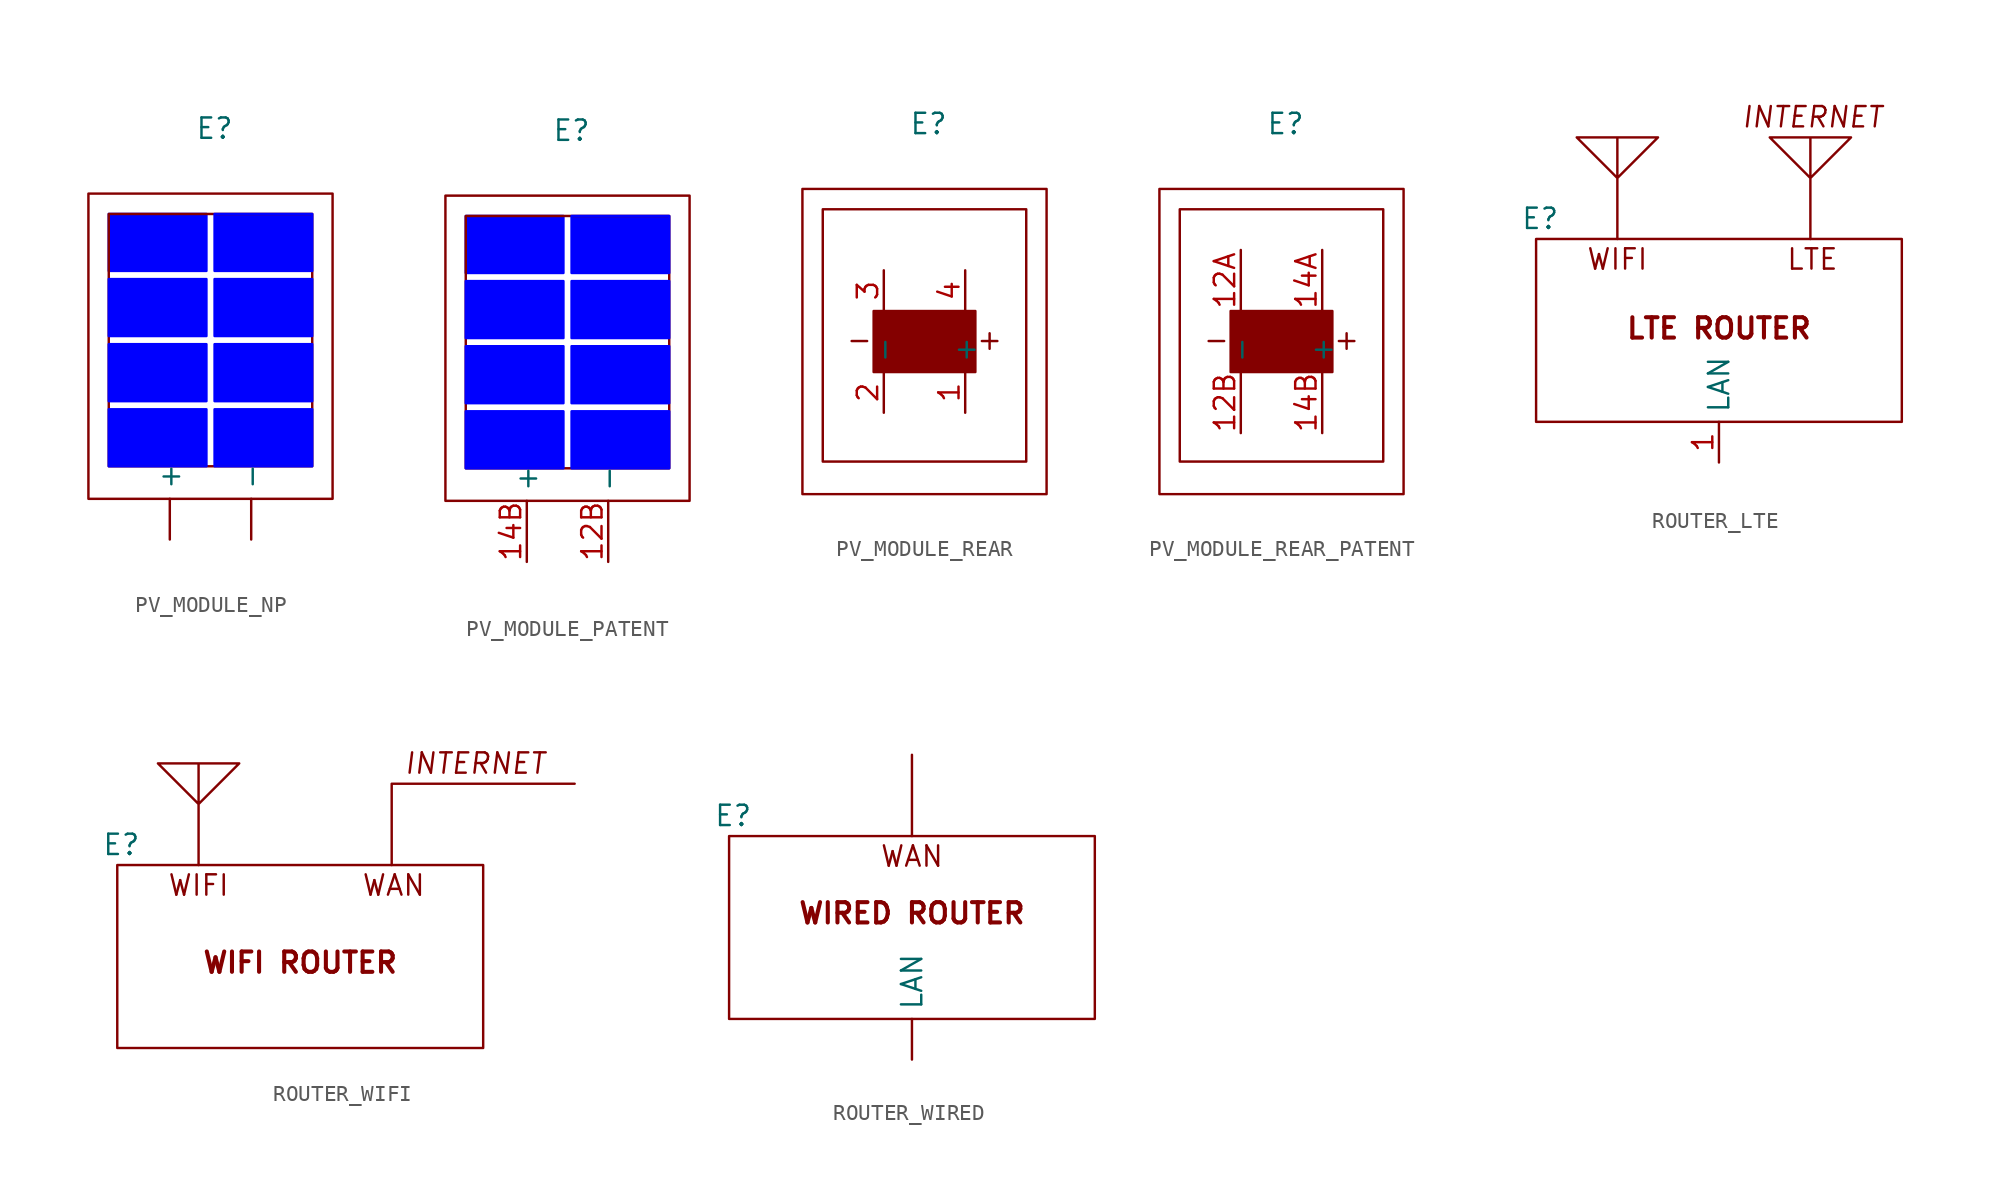
<source format=kicad_sym>
(kicad_symbol_lib
  (version 20231120)
  (generator "kicad_symbol_editor")
  (generator_version "8.0")
  (symbol "PV_MODULE_NP"
    (property "Reference" "E"
      (at 0.254 9.144 0)
      (effects (font (size 1.27 1.27))))
    (property "Value" ""
      (at -6.35 10.16 0)
      (effects (font (size 1.27 1.27))))
    (symbol "PV_MODULE_NP_0_1"
      (rectangle (start -7.62 5.08) (end 7.62 -13.97) (stroke (width 0) (type default)) (fill (type none))))
    (symbol "PV_MODULE_NP_1_1"
      (rectangle (start -6.35 -8.382) (end -0.254 -11.938) (stroke (width 0) (type default) (color 0 0 255 1)) (fill (type color) (color 0 0 255 1)))
      (rectangle (start -6.35 -4.318) (end -0.254 -7.874) (stroke (width 0) (type default) (color 0 0 255 1)) (fill (type color) (color 0 0 255 1)))
      (rectangle (start -6.35 -0.254) (end -0.254 -3.81) (stroke (width 0) (type default) (color 0 0 255 1)) (fill (type color) (color 0 0 255 1)))
      (rectangle (start -6.35 3.81) (end -0.254 0.254) (stroke (width 0) (type default) (color 0 0 255 1)) (fill (type color) (color 0 0 255 1)))
      (rectangle (start -6.35 3.81) (end 6.35 -11.938) (stroke (width 0) (type default)) (fill (type none)))
      (rectangle (start 0.254 -8.382) (end 6.35 -11.938) (stroke (width 0) (type default) (color 0 0 255 1)) (fill (type color) (color 0 0 255 1)))
      (rectangle (start 0.254 -4.318) (end 6.35 -7.874) (stroke (width 0) (type default) (color 0 0 255 1)) (fill (type color) (color 0 0 255 1)))
      (rectangle (start 0.254 -0.254) (end 6.35 -3.81) (stroke (width 0) (type default) (color 0 0 255 1)) (fill (type color) (color 0 0 255 1)))
      (rectangle (start 0.254 3.81) (end 6.35 0.254) (stroke (width 0) (type default) (color 0 0 255 1)) (fill (type color) (color 0 0 255 1)))
      (pin passive line (at -2.54 -16.51 90) (length 2.54) (name "+" (effects (font (size 1.27 1.27)))) (number "" (effects (font (size 1.27 1.27)))))
      (pin passive line (at 2.54 -16.51 90) (length 2.54) (name "-" (effects (font (size 1.27 1.27)))) (number "" (effects (font (size 1.27 1.27)))))))
  (symbol "PV_MODULE_PATENT"
    (property "Reference" "E"
      (at 0.254 9.144 0)
      (effects (font (size 1.27 1.27))))
    (property "Value" ""
      (at -6.35 10.16 0)
      (effects (font (size 1.27 1.27))))
    (symbol "PV_MODULE_PATENT_0_1"
      (rectangle (start -7.62 5.08) (end 7.62 -13.97) (stroke (width 0) (type default)) (fill (type none))))
    (symbol "PV_MODULE_PATENT_1_1"
      (rectangle (start -6.35 -8.382) (end -0.254 -11.938) (stroke (width 0) (type default) (color 0 0 255 1)) (fill (type color) (color 0 0 255 1)))
      (rectangle (start -6.35 -4.318) (end -0.254 -7.874) (stroke (width 0) (type default) (color 0 0 255 1)) (fill (type color) (color 0 0 255 1)))
      (rectangle (start -6.35 -0.254) (end -0.254 -3.81) (stroke (width 0) (type default) (color 0 0 255 1)) (fill (type color) (color 0 0 255 1)))
      (rectangle (start -6.35 3.81) (end -0.254 0.254) (stroke (width 0) (type default) (color 0 0 255 1)) (fill (type color) (color 0 0 255 1)))
      (rectangle (start -6.35 3.81) (end 6.35 -11.938) (stroke (width 0) (type default)) (fill (type none)))
      (rectangle (start 0.254 -8.382) (end 6.35 -11.938) (stroke (width 0) (type default) (color 0 0 255 1)) (fill (type color) (color 0 0 255 1)))
      (rectangle (start 0.254 -4.318) (end 6.35 -7.874) (stroke (width 0) (type default) (color 0 0 255 1)) (fill (type color) (color 0 0 255 1)))
      (rectangle (start 0.254 -0.254) (end 6.35 -3.81) (stroke (width 0) (type default) (color 0 0 255 1)) (fill (type color) (color 0 0 255 1)))
      (rectangle (start 0.254 3.81) (end 6.35 0.254) (stroke (width 0) (type default) (color 0 0 255 1)) (fill (type color) (color 0 0 255 1)))
      (pin passive line (at 2.54 -17.78 90) (length 3.81) (name "-" (effects (font (size 1.27 1.27)))) (number "12B" (effects (font (size 1.27 1.27)))))
      (pin passive line (at -2.54 -17.78 90) (length 3.81) (name "+" (effects (font (size 1.27 1.27)))) (number "14B" (effects (font (size 1.27 1.27)))))))
  (symbol "PV_MODULE_REAR"
    (property "Reference" "E"
      (at 0.254 9.144 0)
      (effects (font (size 1.27 1.27))))
    (property "Value" ""
      (at -6.35 10.16 0)
      (effects (font (size 1.27 1.27))))
    (symbol "PV_MODULE_REAR_0_1"
      (rectangle (start -7.62 5.08) (end 7.62 -13.97) (stroke (width 0) (type default)) (fill (type none))))
    (symbol "PV_MODULE_REAR_1_1"
      (rectangle (start -6.35 3.81) (end 6.35 -11.938) (stroke (width 0) (type default)) (fill (type none)))
      (rectangle (start -3.175 -2.54) (end 3.175 -6.35) (stroke (width 0) (type default)) (fill (type outline)))
      (text "+" (at 4.064 -4.318 0) (effects (font (size 1.27 1.27))))
      (text "-" (at -4.064 -4.318 0) (effects (font (size 1.27 1.27))))
      (pin passive line (at 2.54 -8.89 90) (length 2.54) (name "+" (effects (font (size 1.27 1.27)))) (number "1" (effects (font (size 1.27 1.27)))))
      (pin passive line (at -2.54 -8.89 90) (length 2.54) (name "-" (effects (font (size 1.27 1.27)))) (number "2" (effects (font (size 1.27 1.27)))))
      (pin passive line (at -2.54 0 270) (length 2.54) (name "" (effects (font (size 1.27 1.27)))) (number "3" (effects (font (size 1.27 1.27)))))
      (pin passive line (at 2.54 0 270) (length 2.54) (name "" (effects (font (size 1.27 1.27)))) (number "4" (effects (font (size 1.27 1.27)))))))
  (symbol "PV_MODULE_REAR_PATENT"
    (property "Reference" "E"
      (at 0.254 9.144 0)
      (effects (font (size 1.27 1.27))))
    (property "Value" ""
      (at -6.35 10.16 0)
      (effects (font (size 1.27 1.27))))
    (symbol "PV_MODULE_REAR_PATENT_0_1"
      (rectangle (start -7.62 5.08) (end 7.62 -13.97) (stroke (width 0) (type default)) (fill (type none))))
    (symbol "PV_MODULE_REAR_PATENT_1_1"
      (rectangle (start -6.35 3.81) (end 6.35 -11.938) (stroke (width 0) (type default)) (fill (type none)))
      (rectangle (start -3.175 -2.54) (end 3.175 -6.35) (stroke (width 0) (type default)) (fill (type outline)))
      (text "+" (at 4.064 -4.318 0) (effects (font (size 1.27 1.27))))
      (text "-" (at -4.064 -4.318 0) (effects (font (size 1.27 1.27))))
      (pin passive line (at -2.54 1.27 270) (length 3.81) (name "" (effects (font (size 1.27 1.27)))) (number "12A" (effects (font (size 1.27 1.27)))))
      (pin passive line (at -2.54 -10.16 90) (length 3.81) (name "-" (effects (font (size 1.27 1.27)))) (number "12B" (effects (font (size 1.27 1.27)))))
      (pin passive line (at 2.54 1.27 270) (length 3.81) (name "" (effects (font (size 1.27 1.27)))) (number "14A" (effects (font (size 1.27 1.27)))))
      (pin passive line (at 2.54 -10.16 90) (length 3.81) (name "+" (effects (font (size 1.27 1.27)))) (number "14B" (effects (font (size 1.27 1.27)))))))
  (symbol "ROUTER_LTE"
    (property "Reference" "E"
      (at -11.176 6.35 0)
      (effects (font (size 1.27 1.27))))
    (property "Value" ""
      (at -8.89 -1.27 0)
      (effects (font (size 1.27 1.27))))
    (symbol "ROUTER_LTE_0_1"
      (rectangle (start -11.43 5.08) (end 11.43 -6.35) (stroke (width 0) (type default)) (fill (type none))))
    (symbol "ROUTER_LTE_1_1"
      (polyline (pts (xy -6.35 5.08) (xy -6.35 11.43) (xy -3.81 11.43) (xy -6.35 8.89) (xy -8.89 11.43) (xy -6.35 11.43)) (stroke (width 0) (type default)) (fill (type none)))
      (polyline (pts (xy 5.715 5.08) (xy 5.715 11.43) (xy 8.255 11.43) (xy 5.715 8.89) (xy 3.175 11.43) (xy 5.715 11.43)) (stroke (width 0) (type default)) (fill (type none)))
      (text "INTERNET" (at 5.842 12.7 0) (effects (font (size 1.27 1.27) (italic yes))))
      (text "LTE" (at 5.842 3.81 0) (effects (font (size 1.27 1.27))))
      (text "LTE ROUTER" (at 0 -0.508 0) (effects (font (size 1.27 1.27) (bold yes))))
      (text "WIFI" (at -6.35 3.81 0) (effects (font (size 1.27 1.27))))
      (pin passive line (at 0 -8.89 90) (length 2.54) (name "LAN" (effects (font (size 1.27 1.27)))) (number "1" (effects (font (size 1.27 1.27)))))))
  (symbol "ROUTER_WIFI"
    (property "Reference" "E"
      (at -3.556 5.08 0)
      (effects (font (size 1.27 1.27))))
    (property "Value" ""
      (at -1.27 -2.54 0)
      (effects (font (size 1.27 1.27))))
    (symbol "ROUTER_WIFI_0_1"
      (rectangle (start -3.81 3.81) (end 19.05 -7.62) (stroke (width 0) (type default)) (fill (type none))))
    (symbol "ROUTER_WIFI_1_1"
      (polyline (pts (xy 13.335 3.81) (xy 13.335 8.89) (xy 24.765 8.89)) (stroke (width 0) (type default)) (fill (type none)))
      (polyline (pts (xy 1.27 3.81) (xy 1.27 10.16) (xy 3.81 10.16) (xy 1.27 7.62) (xy -1.27 10.16) (xy 1.27 10.16)) (stroke (width 0) (type default)) (fill (type none)))
      (text "INTERNET" (at 18.542 10.16 0) (effects (font (size 1.27 1.27) (italic yes))))
      (text "WAN" (at 13.462 2.54 0) (effects (font (size 1.27 1.27))))
      (text "WIFI" (at 1.27 2.54 0) (effects (font (size 1.27 1.27))))
      (text "WIFI ROUTER" (at 7.62 -2.286 0) (effects (font (size 1.27 1.27) (bold yes))))))
  (symbol "ROUTER_WIRED"
    (property "Reference" "E"
      (at -3.556 5.08 0)
      (effects (font (size 1.27 1.27))))
    (property "Value" ""
      (at -1.27 -2.54 0)
      (effects (font (size 1.27 1.27))))
    (symbol "ROUTER_WIRED_0_1"
      (rectangle (start -3.81 3.81) (end 19.05 -7.62) (stroke (width 0) (type default)) (fill (type none))))
    (symbol "ROUTER_WIRED_1_1"
      (text "WAN" (at 7.62 2.54 0) (effects (font (size 1.27 1.27))))
      (text "WIRED ROUTER" (at 7.62 -1.016 0) (effects (font (size 1.27 1.27) (bold yes))))
      (pin passive line (at 7.62 8.89 270) (length 5.08) (name "" (effects (font (size 1.27 1.27)))) (number "" (effects (font (size 1.27 1.27)))))
      (pin passive line (at 7.62 -10.16 90) (length 2.54) (name "LAN" (effects (font (size 1.27 1.27)))) (number "" (effects (font (size 1.27 1.27))))))))
</source>
